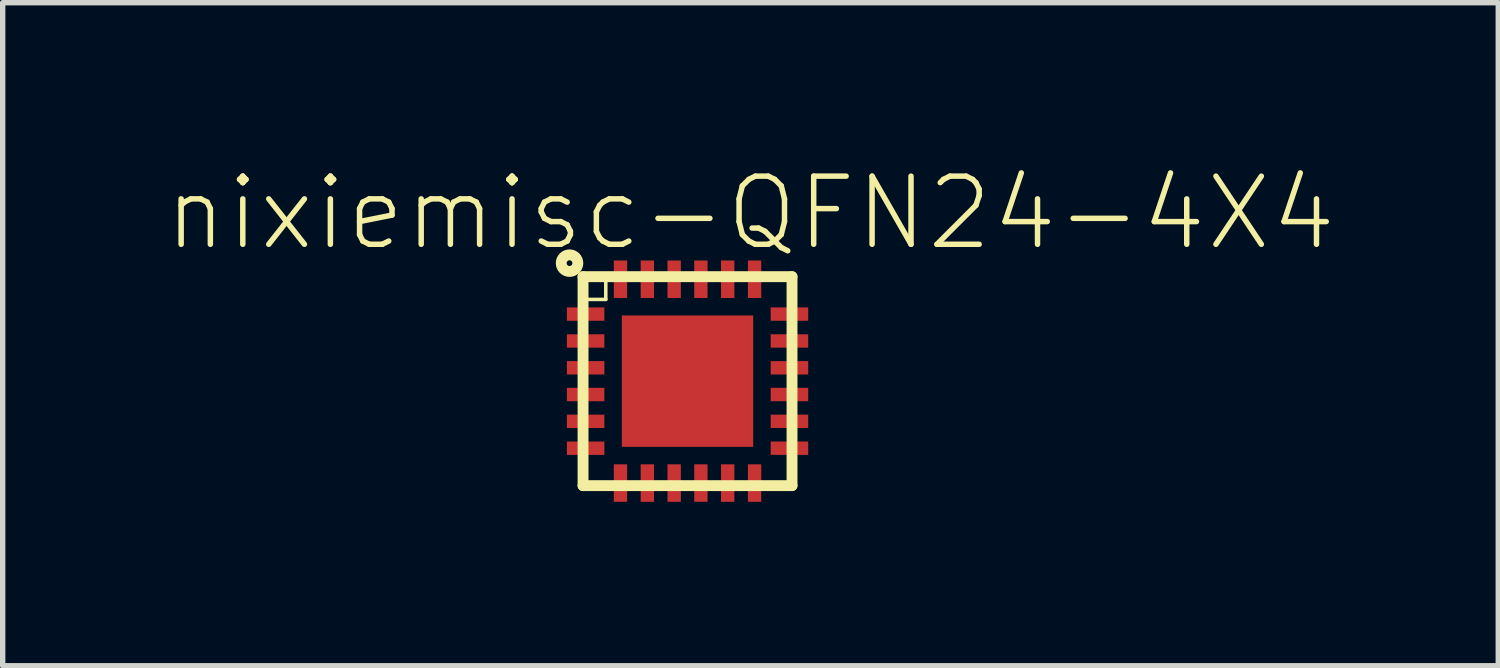
<source format=kicad_pcb>
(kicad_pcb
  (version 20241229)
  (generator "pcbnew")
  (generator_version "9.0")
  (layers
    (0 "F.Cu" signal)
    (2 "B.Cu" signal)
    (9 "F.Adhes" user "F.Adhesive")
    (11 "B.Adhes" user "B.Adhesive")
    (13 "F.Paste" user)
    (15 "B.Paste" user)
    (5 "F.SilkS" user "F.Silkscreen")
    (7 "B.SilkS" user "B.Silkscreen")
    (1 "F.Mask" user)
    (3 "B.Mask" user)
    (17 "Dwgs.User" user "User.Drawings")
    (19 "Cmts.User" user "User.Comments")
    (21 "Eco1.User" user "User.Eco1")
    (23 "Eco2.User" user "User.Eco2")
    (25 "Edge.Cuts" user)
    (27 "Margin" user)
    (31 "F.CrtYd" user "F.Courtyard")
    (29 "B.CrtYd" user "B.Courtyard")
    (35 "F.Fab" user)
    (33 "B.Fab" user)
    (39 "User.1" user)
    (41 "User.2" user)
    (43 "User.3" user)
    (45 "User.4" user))
  (footprint "nixiemisc-QFN24-4X4"
    (layer "F.Cu")
    (at 9.768 4.056)
    (property "Reference" "nixiemisc-QFN24-4X4" (at 1.173 -3.134 0) (unlocked yes) (layer "F.SilkS") (effects (font (size 1.27 1.27) (thickness 0.102))))
    (attr smd)
    (fp_line (start -2.273 -1.4) (end -1.524 -1.4) (stroke (width 0.066) (type solid)) (layer "F.Mask"))
    (fp_line (start -2.273 -1.1) (end -2.273 -1.4) (stroke (width 0.066) (type solid)) (layer "F.Mask"))
    (fp_line (start -2.273 -1.1) (end -1.524 -1.1) (stroke (width 0.066) (type solid)) (layer "F.Mask"))
    (fp_line (start -2.273 -0.899) (end -1.524 -0.899) (stroke (width 0.066) (type solid)) (layer "F.Mask"))
    (fp_line (start -2.273 -0.599) (end -2.273 -0.899) (stroke (width 0.066) (type solid)) (layer "F.Mask"))
    (fp_line (start -2.273 -0.599) (end -1.524 -0.599) (stroke (width 0.066) (type solid)) (layer "F.Mask"))
    (fp_line (start -2.273 -0.399) (end -1.524 -0.399) (stroke (width 0.066) (type solid)) (layer "F.Mask"))
    (fp_line (start -2.273 -0.099) (end -2.273 -0.399) (stroke (width 0.066) (type solid)) (layer "F.Mask"))
    (fp_line (start -2.273 -0.099) (end -1.524 -0.099) (stroke (width 0.066) (type solid)) (layer "F.Mask"))
    (fp_line (start -2.273 0.099) (end -1.524 0.099) (stroke (width 0.066) (type solid)) (layer "F.Mask"))
    (fp_line (start -2.273 0.399) (end -2.273 0.099) (stroke (width 0.066) (type solid)) (layer "F.Mask"))
    (fp_line (start -2.273 0.399) (end -1.524 0.399) (stroke (width 0.066) (type solid)) (layer "F.Mask"))
    (fp_line (start -2.273 0.599) (end -1.524 0.599) (stroke (width 0.066) (type solid)) (layer "F.Mask"))
    (fp_line (start -2.273 0.899) (end -2.273 0.599) (stroke (width 0.066) (type solid)) (layer "F.Mask"))
    (fp_line (start -2.273 0.899) (end -1.524 0.899) (stroke (width 0.066) (type solid)) (layer "F.Mask"))
    (fp_line (start -2.273 1.1) (end -1.524 1.1) (stroke (width 0.066) (type solid)) (layer "F.Mask"))
    (fp_line (start -2.273 1.4) (end -2.273 1.1) (stroke (width 0.066) (type solid)) (layer "F.Mask"))
    (fp_line (start -2.273 1.4) (end -1.524 1.4) (stroke (width 0.066) (type solid)) (layer "F.Mask"))
    (fp_line (start -1.524 -1.1) (end -1.524 -1.4) (stroke (width 0.066) (type solid)) (layer "F.Mask"))
    (fp_line (start -1.524 -0.599) (end -1.524 -0.899) (stroke (width 0.066) (type solid)) (layer "F.Mask"))
    (fp_line (start -1.524 -0.099) (end -1.524 -0.399) (stroke (width 0.066) (type solid)) (layer "F.Mask"))
    (fp_line (start -1.524 0.399) (end -1.524 0.099) (stroke (width 0.066) (type solid)) (layer "F.Mask"))
    (fp_line (start -1.524 0.899) (end -1.524 0.599) (stroke (width 0.066) (type solid)) (layer "F.Mask"))
    (fp_line (start -1.524 1.4) (end -1.524 1.1) (stroke (width 0.066) (type solid)) (layer "F.Mask"))
    (fp_line (start -1.4 -2.273) (end -1.4 -1.524) (stroke (width 0.066) (type solid)) (layer "F.Mask"))
    (fp_line (start -1.4 -2.273) (end -1.1 -2.273) (stroke (width 0.066) (type solid)) (layer "F.Mask"))
    (fp_line (start -1.4 -1.524) (end -1.1 -1.524) (stroke (width 0.066) (type solid)) (layer "F.Mask"))
    (fp_line (start -1.4 2.273) (end -1.4 1.524) (stroke (width 0.066) (type solid)) (layer "F.Mask"))
    (fp_line (start -1.1 -2.273) (end -1.1 -1.524) (stroke (width 0.066) (type solid)) (layer "F.Mask"))
    (fp_line (start -1.1 1.524) (end -1.4 1.524) (stroke (width 0.066) (type solid)) (layer "F.Mask"))
    (fp_line (start -1.1 2.273) (end -1.4 2.273) (stroke (width 0.066) (type solid)) (layer "F.Mask"))
    (fp_line (start -1.1 2.273) (end -1.1 1.524) (stroke (width 0.066) (type solid)) (layer "F.Mask"))
    (fp_line (start -0.899 -2.273) (end -0.899 -1.524) (stroke (width 0.066) (type solid)) (layer "F.Mask"))
    (fp_line (start -0.899 -2.273) (end -0.599 -2.273) (stroke (width 0.066) (type solid)) (layer "F.Mask"))
    (fp_line (start -0.899 -1.524) (end -0.599 -1.524) (stroke (width 0.066) (type solid)) (layer "F.Mask"))
    (fp_line (start -0.899 2.273) (end -0.899 1.524) (stroke (width 0.066) (type solid)) (layer "F.Mask"))
    (fp_line (start -0.599 -2.273) (end -0.599 -1.524) (stroke (width 0.066) (type solid)) (layer "F.Mask"))
    (fp_line (start -0.599 1.524) (end -0.899 1.524) (stroke (width 0.066) (type solid)) (layer "F.Mask"))
    (fp_line (start -0.599 2.273) (end -0.899 2.273) (stroke (width 0.066) (type solid)) (layer "F.Mask"))
    (fp_line (start -0.599 2.273) (end -0.599 1.524) (stroke (width 0.066) (type solid)) (layer "F.Mask"))
    (fp_line (start -0.399 -2.273) (end -0.399 -1.524) (stroke (width 0.066) (type solid)) (layer "F.Mask"))
    (fp_line (start -0.399 -2.273) (end -0.099 -2.273) (stroke (width 0.066) (type solid)) (layer "F.Mask"))
    (fp_line (start -0.399 -1.524) (end -0.099 -1.524) (stroke (width 0.066) (type solid)) (layer "F.Mask"))
    (fp_line (start -0.399 2.273) (end -0.399 1.524) (stroke (width 0.066) (type solid)) (layer "F.Mask"))
    (fp_line (start -0.099 -2.273) (end -0.099 -1.524) (stroke (width 0.066) (type solid)) (layer "F.Mask"))
    (fp_line (start -0.099 1.524) (end -0.399 1.524) (stroke (width 0.066) (type solid)) (layer "F.Mask"))
    (fp_line (start -0.099 2.273) (end -0.399 2.273) (stroke (width 0.066) (type solid)) (layer "F.Mask"))
    (fp_line (start -0.099 2.273) (end -0.099 1.524) (stroke (width 0.066) (type solid)) (layer "F.Mask"))
    (fp_line (start 0.099 -2.273) (end 0.099 -1.524) (stroke (width 0.066) (type solid)) (layer "F.Mask"))
    (fp_line (start 0.099 -2.273) (end 0.399 -2.273) (stroke (width 0.066) (type solid)) (layer "F.Mask"))
    (fp_line (start 0.099 -1.524) (end 0.399 -1.524) (stroke (width 0.066) (type solid)) (layer "F.Mask"))
    (fp_line (start 0.099 2.273) (end 0.099 1.524) (stroke (width 0.066) (type solid)) (layer "F.Mask"))
    (fp_line (start 0.399 -2.273) (end 0.399 -1.524) (stroke (width 0.066) (type solid)) (layer "F.Mask"))
    (fp_line (start 0.399 1.524) (end 0.099 1.524) (stroke (width 0.066) (type solid)) (layer "F.Mask"))
    (fp_line (start 0.399 2.273) (end 0.099 2.273) (stroke (width 0.066) (type solid)) (layer "F.Mask"))
    (fp_line (start 0.399 2.273) (end 0.399 1.524) (stroke (width 0.066) (type solid)) (layer "F.Mask"))
    (fp_line (start 0.599 -2.273) (end 0.599 -1.524) (stroke (width 0.066) (type solid)) (layer "F.Mask"))
    (fp_line (start 0.599 -2.273) (end 0.899 -2.273) (stroke (width 0.066) (type solid)) (layer "F.Mask"))
    (fp_line (start 0.599 -1.524) (end 0.899 -1.524) (stroke (width 0.066) (type solid)) (layer "F.Mask"))
    (fp_line (start 0.599 2.273) (end 0.599 1.524) (stroke (width 0.066) (type solid)) (layer "F.Mask"))
    (fp_line (start 0.899 -2.273) (end 0.899 -1.524) (stroke (width 0.066) (type solid)) (layer "F.Mask"))
    (fp_line (start 0.899 1.524) (end 0.599 1.524) (stroke (width 0.066) (type solid)) (layer "F.Mask"))
    (fp_line (start 0.899 2.273) (end 0.599 2.273) (stroke (width 0.066) (type solid)) (layer "F.Mask"))
    (fp_line (start 0.899 2.273) (end 0.899 1.524) (stroke (width 0.066) (type solid)) (layer "F.Mask"))
    (fp_line (start 1.1 -2.273) (end 1.1 -1.524) (stroke (width 0.066) (type solid)) (layer "F.Mask"))
    (fp_line (start 1.1 -2.273) (end 1.4 -2.273) (stroke (width 0.066) (type solid)) (layer "F.Mask"))
    (fp_line (start 1.1 -1.524) (end 1.4 -1.524) (stroke (width 0.066) (type solid)) (layer "F.Mask"))
    (fp_line (start 1.1 2.273) (end 1.1 1.524) (stroke (width 0.066) (type solid)) (layer "F.Mask"))
    (fp_line (start 1.4 -2.273) (end 1.4 -1.524) (stroke (width 0.066) (type solid)) (layer "F.Mask"))
    (fp_line (start 1.4 1.524) (end 1.1 1.524) (stroke (width 0.066) (type solid)) (layer "F.Mask"))
    (fp_line (start 1.4 2.273) (end 1.1 2.273) (stroke (width 0.066) (type solid)) (layer "F.Mask"))
    (fp_line (start 1.4 2.273) (end 1.4 1.524) (stroke (width 0.066) (type solid)) (layer "F.Mask"))
    (fp_line (start 1.524 -1.4) (end 1.524 -1.1) (stroke (width 0.066) (type solid)) (layer "F.Mask"))
    (fp_line (start 1.524 -0.899) (end 1.524 -0.599) (stroke (width 0.066) (type solid)) (layer "F.Mask"))
    (fp_line (start 1.524 -0.399) (end 1.524 -0.099) (stroke (width 0.066) (type solid)) (layer "F.Mask"))
    (fp_line (start 1.524 0.099) (end 1.524 0.399) (stroke (width 0.066) (type solid)) (layer "F.Mask"))
    (fp_line (start 1.524 0.599) (end 1.524 0.899) (stroke (width 0.066) (type solid)) (layer "F.Mask"))
    (fp_line (start 1.524 1.1) (end 1.524 1.4) (stroke (width 0.066) (type solid)) (layer "F.Mask"))
    (fp_line (start 2.273 -1.4) (end 1.524 -1.4) (stroke (width 0.066) (type solid)) (layer "F.Mask"))
    (fp_line (start 2.273 -1.4) (end 2.273 -1.1) (stroke (width 0.066) (type solid)) (layer "F.Mask"))
    (fp_line (start 2.273 -1.1) (end 1.524 -1.1) (stroke (width 0.066) (type solid)) (layer "F.Mask"))
    (fp_line (start 2.273 -0.899) (end 1.524 -0.899) (stroke (width 0.066) (type solid)) (layer "F.Mask"))
    (fp_line (start 2.273 -0.899) (end 2.273 -0.599) (stroke (width 0.066) (type solid)) (layer "F.Mask"))
    (fp_line (start 2.273 -0.599) (end 1.524 -0.599) (stroke (width 0.066) (type solid)) (layer "F.Mask"))
    (fp_line (start 2.273 -0.399) (end 1.524 -0.399) (stroke (width 0.066) (type solid)) (layer "F.Mask"))
    (fp_line (start 2.273 -0.399) (end 2.273 -0.099) (stroke (width 0.066) (type solid)) (layer "F.Mask"))
    (fp_line (start 2.273 -0.099) (end 1.524 -0.099) (stroke (width 0.066) (type solid)) (layer "F.Mask"))
    (fp_line (start 2.273 0.099) (end 1.524 0.099) (stroke (width 0.066) (type solid)) (layer "F.Mask"))
    (fp_line (start 2.273 0.099) (end 2.273 0.399) (stroke (width 0.066) (type solid)) (layer "F.Mask"))
    (fp_line (start 2.273 0.399) (end 1.524 0.399) (stroke (width 0.066) (type solid)) (layer "F.Mask"))
    (fp_line (start 2.273 0.599) (end 1.524 0.599) (stroke (width 0.066) (type solid)) (layer "F.Mask"))
    (fp_line (start 2.273 0.599) (end 2.273 0.899) (stroke (width 0.066) (type solid)) (layer "F.Mask"))
    (fp_line (start 2.273 0.899) (end 1.524 0.899) (stroke (width 0.066) (type solid)) (layer "F.Mask"))
    (fp_line (start 2.273 1.1) (end 1.524 1.1) (stroke (width 0.066) (type solid)) (layer "F.Mask"))
    (fp_line (start 2.273 1.1) (end 2.273 1.4) (stroke (width 0.066) (type solid)) (layer "F.Mask"))
    (fp_line (start 2.273 1.4) (end 1.524 1.4) (stroke (width 0.066) (type solid)) (layer "F.Mask"))
    (fp_poly (pts (xy -1.173 -1.173) (xy 0.973 -1.173) (xy 0.978 -1.118) (xy 0.996 -1.067) (xy 1.026 -1.019) (xy 1.069 -0.983) (xy 1.12 -0.96) (xy 1.173 -0.95) (xy 1.173 1.173) (xy -1.173 1.173) (xy -1.173 -1.173)) (stroke (width 0.203) (type solid)) (fill no) (layer "F.Mask"))
    (fp_line (start -1.948 -1.974) (end -1.524 -1.974) (stroke (width 0.066) (type solid)) (layer "F.SilkS"))
    (fp_line (start -1.948 -1.948) (end -1.948 1.948) (stroke (width 0.203) (type solid)) (layer "F.SilkS"))
    (fp_line (start -1.948 -1.524) (end -1.948 -1.974) (stroke (width 0.066) (type solid)) (layer "F.SilkS"))
    (fp_line (start -1.948 -1.524) (end -1.524 -1.524) (stroke (width 0.066) (type solid)) (layer "F.SilkS"))
    (fp_line (start -1.948 1.948) (end 1.948 1.948) (stroke (width 0.203) (type solid)) (layer "F.SilkS"))
    (fp_line (start -1.524 -1.524) (end -1.524 -1.974) (stroke (width 0.066) (type solid)) (layer "F.SilkS"))
    (fp_line (start 1.948 -1.948) (end -1.948 -1.948) (stroke (width 0.203) (type solid)) (layer "F.SilkS"))
    (fp_line (start 1.948 1.948) (end 1.948 -1.948) (stroke (width 0.203) (type solid)) (layer "F.SilkS"))
    (fp_circle (center -2.2 -2.2) (end -2.2 -2.355) (stroke (width 0.203) (type solid)) (fill no) (layer "F.SilkS"))
    (fp_line (start -2.2 -1.349) (end -1.575 -1.349) (stroke (width 0.066) (type solid)) (layer "F.Paste"))
    (fp_line (start -2.2 -1.148) (end -2.2 -1.349) (stroke (width 0.066) (type solid)) (layer "F.Paste"))
    (fp_line (start -2.2 -1.148) (end -1.575 -1.148) (stroke (width 0.066) (type solid)) (layer "F.Paste"))
    (fp_line (start -2.2 -0.848) (end -1.575 -0.848) (stroke (width 0.066) (type solid)) (layer "F.Paste"))
    (fp_line (start -2.2 -0.648) (end -2.2 -0.848) (stroke (width 0.066) (type solid)) (layer "F.Paste"))
    (fp_line (start -2.2 -0.648) (end -1.575 -0.648) (stroke (width 0.066) (type solid)) (layer "F.Paste"))
    (fp_line (start -2.2 -0.348) (end -1.575 -0.348) (stroke (width 0.066) (type solid)) (layer "F.Paste"))
    (fp_line (start -2.2 -0.15) (end -2.2 -0.348) (stroke (width 0.066) (type solid)) (layer "F.Paste"))
    (fp_line (start -2.2 -0.15) (end -1.575 -0.15) (stroke (width 0.066) (type solid)) (layer "F.Paste"))
    (fp_line (start -2.2 0.15) (end -1.575 0.15) (stroke (width 0.066) (type solid)) (layer "F.Paste"))
    (fp_line (start -2.2 0.348) (end -2.2 0.15) (stroke (width 0.066) (type solid)) (layer "F.Paste"))
    (fp_line (start -2.2 0.348) (end -1.575 0.348) (stroke (width 0.066) (type solid)) (layer "F.Paste"))
    (fp_line (start -2.2 0.648) (end -1.575 0.648) (stroke (width 0.066) (type solid)) (layer "F.Paste"))
    (fp_line (start -2.2 0.848) (end -2.2 0.648) (stroke (width 0.066) (type solid)) (layer "F.Paste"))
    (fp_line (start -2.2 0.848) (end -1.575 0.848) (stroke (width 0.066) (type solid)) (layer "F.Paste"))
    (fp_line (start -2.2 1.148) (end -1.575 1.148) (stroke (width 0.066) (type solid)) (layer "F.Paste"))
    (fp_line (start -2.2 1.349) (end -2.2 1.148) (stroke (width 0.066) (type solid)) (layer "F.Paste"))
    (fp_line (start -2.2 1.349) (end -1.575 1.349) (stroke (width 0.066) (type solid)) (layer "F.Paste"))
    (fp_line (start -1.575 -1.148) (end -1.575 -1.349) (stroke (width 0.066) (type solid)) (layer "F.Paste"))
    (fp_line (start -1.575 -0.648) (end -1.575 -0.848) (stroke (width 0.066) (type solid)) (layer "F.Paste"))
    (fp_line (start -1.575 -0.15) (end -1.575 -0.348) (stroke (width 0.066) (type solid)) (layer "F.Paste"))
    (fp_line (start -1.575 0.348) (end -1.575 0.15) (stroke (width 0.066) (type solid)) (layer "F.Paste"))
    (fp_line (start -1.575 0.848) (end -1.575 0.648) (stroke (width 0.066) (type solid)) (layer "F.Paste"))
    (fp_line (start -1.575 1.349) (end -1.575 1.148) (stroke (width 0.066) (type solid)) (layer "F.Paste"))
    (fp_line (start -1.349 -2.2) (end -1.349 -1.575) (stroke (width 0.066) (type solid)) (layer "F.Paste"))
    (fp_line (start -1.349 -2.2) (end -1.148 -2.2) (stroke (width 0.066) (type solid)) (layer "F.Paste"))
    (fp_line (start -1.349 -1.575) (end -1.148 -1.575) (stroke (width 0.066) (type solid)) (layer "F.Paste"))
    (fp_line (start -1.349 2.2) (end -1.349 1.575) (stroke (width 0.066) (type solid)) (layer "F.Paste"))
    (fp_line (start -1.148 -2.2) (end -1.148 -1.575) (stroke (width 0.066) (type solid)) (layer "F.Paste"))
    (fp_line (start -1.148 1.575) (end -1.349 1.575) (stroke (width 0.066) (type solid)) (layer "F.Paste"))
    (fp_line (start -1.148 2.2) (end -1.349 2.2) (stroke (width 0.066) (type solid)) (layer "F.Paste"))
    (fp_line (start -1.148 2.2) (end -1.148 1.575) (stroke (width 0.066) (type solid)) (layer "F.Paste"))
    (fp_line (start -0.848 -2.2) (end -0.848 -1.575) (stroke (width 0.066) (type solid)) (layer "F.Paste"))
    (fp_line (start -0.848 -2.2) (end -0.648 -2.2) (stroke (width 0.066) (type solid)) (layer "F.Paste"))
    (fp_line (start -0.848 -1.575) (end -0.648 -1.575) (stroke (width 0.066) (type solid)) (layer "F.Paste"))
    (fp_line (start -0.848 2.2) (end -0.848 1.575) (stroke (width 0.066) (type solid)) (layer "F.Paste"))
    (fp_line (start -0.648 -2.2) (end -0.648 -1.575) (stroke (width 0.066) (type solid)) (layer "F.Paste"))
    (fp_line (start -0.648 1.575) (end -0.848 1.575) (stroke (width 0.066) (type solid)) (layer "F.Paste"))
    (fp_line (start -0.648 2.2) (end -0.848 2.2) (stroke (width 0.066) (type solid)) (layer "F.Paste"))
    (fp_line (start -0.648 2.2) (end -0.648 1.575) (stroke (width 0.066) (type solid)) (layer "F.Paste"))
    (fp_line (start -0.348 -2.2) (end -0.348 -1.575) (stroke (width 0.066) (type solid)) (layer "F.Paste"))
    (fp_line (start -0.348 -2.2) (end -0.15 -2.2) (stroke (width 0.066) (type solid)) (layer "F.Paste"))
    (fp_line (start -0.348 -1.575) (end -0.15 -1.575) (stroke (width 0.066) (type solid)) (layer "F.Paste"))
    (fp_line (start -0.348 2.2) (end -0.348 1.575) (stroke (width 0.066) (type solid)) (layer "F.Paste"))
    (fp_line (start -0.15 -2.2) (end -0.15 -1.575) (stroke (width 0.066) (type solid)) (layer "F.Paste"))
    (fp_line (start -0.15 1.575) (end -0.348 1.575) (stroke (width 0.066) (type solid)) (layer "F.Paste"))
    (fp_line (start -0.15 2.2) (end -0.348 2.2) (stroke (width 0.066) (type solid)) (layer "F.Paste"))
    (fp_line (start -0.15 2.2) (end -0.15 1.575) (stroke (width 0.066) (type solid)) (layer "F.Paste"))
    (fp_line (start 0.15 -2.2) (end 0.15 -1.575) (stroke (width 0.066) (type solid)) (layer "F.Paste"))
    (fp_line (start 0.15 -2.2) (end 0.348 -2.2) (stroke (width 0.066) (type solid)) (layer "F.Paste"))
    (fp_line (start 0.15 -1.575) (end 0.348 -1.575) (stroke (width 0.066) (type solid)) (layer "F.Paste"))
    (fp_line (start 0.15 2.2) (end 0.15 1.575) (stroke (width 0.066) (type solid)) (layer "F.Paste"))
    (fp_line (start 0.348 -2.2) (end 0.348 -1.575) (stroke (width 0.066) (type solid)) (layer "F.Paste"))
    (fp_line (start 0.348 1.575) (end 0.15 1.575) (stroke (width 0.066) (type solid)) (layer "F.Paste"))
    (fp_line (start 0.348 2.2) (end 0.15 2.2) (stroke (width 0.066) (type solid)) (layer "F.Paste"))
    (fp_line (start 0.348 2.2) (end 0.348 1.575) (stroke (width 0.066) (type solid)) (layer "F.Paste"))
    (fp_line (start 0.648 -2.2) (end 0.648 -1.575) (stroke (width 0.066) (type solid)) (layer "F.Paste"))
    (fp_line (start 0.648 -2.2) (end 0.848 -2.2) (stroke (width 0.066) (type solid)) (layer "F.Paste"))
    (fp_line (start 0.648 -1.575) (end 0.848 -1.575) (stroke (width 0.066) (type solid)) (layer "F.Paste"))
    (fp_line (start 0.648 2.2) (end 0.648 1.575) (stroke (width 0.066) (type solid)) (layer "F.Paste"))
    (fp_line (start 0.848 -2.2) (end 0.848 -1.575) (stroke (width 0.066) (type solid)) (layer "F.Paste"))
    (fp_line (start 0.848 1.575) (end 0.648 1.575) (stroke (width 0.066) (type solid)) (layer "F.Paste"))
    (fp_line (start 0.848 2.2) (end 0.648 2.2) (stroke (width 0.066) (type solid)) (layer "F.Paste"))
    (fp_line (start 0.848 2.2) (end 0.848 1.575) (stroke (width 0.066) (type solid)) (layer "F.Paste"))
    (fp_line (start 1.148 -2.2) (end 1.148 -1.575) (stroke (width 0.066) (type solid)) (layer "F.Paste"))
    (fp_line (start 1.148 -2.2) (end 1.349 -2.2) (stroke (width 0.066) (type solid)) (layer "F.Paste"))
    (fp_line (start 1.148 -1.575) (end 1.349 -1.575) (stroke (width 0.066) (type solid)) (layer "F.Paste"))
    (fp_line (start 1.148 2.2) (end 1.148 1.575) (stroke (width 0.066) (type solid)) (layer "F.Paste"))
    (fp_line (start 1.349 -2.2) (end 1.349 -1.575) (stroke (width 0.066) (type solid)) (layer "F.Paste"))
    (fp_line (start 1.349 1.575) (end 1.148 1.575) (stroke (width 0.066) (type solid)) (layer "F.Paste"))
    (fp_line (start 1.349 2.2) (end 1.148 2.2) (stroke (width 0.066) (type solid)) (layer "F.Paste"))
    (fp_line (start 1.349 2.2) (end 1.349 1.575) (stroke (width 0.066) (type solid)) (layer "F.Paste"))
    (fp_line (start 1.575 -1.349) (end 1.575 -1.148) (stroke (width 0.066) (type solid)) (layer "F.Paste"))
    (fp_line (start 1.575 -0.848) (end 1.575 -0.648) (stroke (width 0.066) (type solid)) (layer "F.Paste"))
    (fp_line (start 1.575 -0.348) (end 1.575 -0.15) (stroke (width 0.066) (type solid)) (layer "F.Paste"))
    (fp_line (start 1.575 0.15) (end 1.575 0.348) (stroke (width 0.066) (type solid)) (layer "F.Paste"))
    (fp_line (start 1.575 0.648) (end 1.575 0.848) (stroke (width 0.066) (type solid)) (layer "F.Paste"))
    (fp_line (start 1.575 1.148) (end 1.575 1.349) (stroke (width 0.066) (type solid)) (layer "F.Paste"))
    (fp_line (start 2.2 -1.349) (end 1.575 -1.349) (stroke (width 0.066) (type solid)) (layer "F.Paste"))
    (fp_line (start 2.2 -1.349) (end 2.2 -1.148) (stroke (width 0.066) (type solid)) (layer "F.Paste"))
    (fp_line (start 2.2 -1.148) (end 1.575 -1.148) (stroke (width 0.066) (type solid)) (layer "F.Paste"))
    (fp_line (start 2.2 -0.848) (end 1.575 -0.848) (stroke (width 0.066) (type solid)) (layer "F.Paste"))
    (fp_line (start 2.2 -0.848) (end 2.2 -0.648) (stroke (width 0.066) (type solid)) (layer "F.Paste"))
    (fp_line (start 2.2 -0.648) (end 1.575 -0.648) (stroke (width 0.066) (type solid)) (layer "F.Paste"))
    (fp_line (start 2.2 -0.348) (end 1.575 -0.348) (stroke (width 0.066) (type solid)) (layer "F.Paste"))
    (fp_line (start 2.2 -0.348) (end 2.2 -0.15) (stroke (width 0.066) (type solid)) (layer "F.Paste"))
    (fp_line (start 2.2 -0.15) (end 1.575 -0.15) (stroke (width 0.066) (type solid)) (layer "F.Paste"))
    (fp_line (start 2.2 0.15) (end 1.575 0.15) (stroke (width 0.066) (type solid)) (layer "F.Paste"))
    (fp_line (start 2.2 0.15) (end 2.2 0.348) (stroke (width 0.066) (type solid)) (layer "F.Paste"))
    (fp_line (start 2.2 0.348) (end 1.575 0.348) (stroke (width 0.066) (type solid)) (layer "F.Paste"))
    (fp_line (start 2.2 0.648) (end 1.575 0.648) (stroke (width 0.066) (type solid)) (layer "F.Paste"))
    (fp_line (start 2.2 0.648) (end 2.2 0.848) (stroke (width 0.066) (type solid)) (layer "F.Paste"))
    (fp_line (start 2.2 0.848) (end 1.575 0.848) (stroke (width 0.066) (type solid)) (layer "F.Paste"))
    (fp_line (start 2.2 1.148) (end 1.575 1.148) (stroke (width 0.066) (type solid)) (layer "F.Paste"))
    (fp_line (start 2.2 1.148) (end 2.2 1.349) (stroke (width 0.066) (type solid)) (layer "F.Paste"))
    (fp_line (start 2.2 1.349) (end 1.575 1.349) (stroke (width 0.066) (type solid)) (layer "F.Paste"))
    (fp_poly (pts (xy -0.998 -0.998) (xy 0.998 -0.998) (xy 0.998 0.998) (xy -0.998 0.998) (xy -0.998 -0.998)) (stroke (width 0.203) (type solid)) (fill no) (layer "F.Paste"))
    (pad "1" smd rect (at -1.9 -1.25) (size 0.699 0.249) (layers "F.Cu" "F.Mask" "F.Paste"))
    (pad "2" smd rect (at -1.9 -0.749) (size 0.699 0.249) (layers "F.Cu" "F.Mask" "F.Paste"))
    (pad "3" smd rect (at -1.9 -0.249) (size 0.699 0.249) (layers "F.Cu" "F.Mask" "F.Paste"))
    (pad "4" smd rect (at -1.9 0.249) (size 0.699 0.249) (layers "F.Cu" "F.Mask" "F.Paste"))
    (pad "5" smd rect (at -1.9 0.749) (size 0.699 0.249) (layers "F.Cu" "F.Mask" "F.Paste"))
    (pad "6" smd rect (at -1.9 1.25) (size 0.699 0.249) (layers "F.Cu" "F.Mask" "F.Paste"))
    (pad "7" smd rect (at -1.25 1.9 90) (size 0.699 0.249) (layers "F.Cu" "F.Mask" "F.Paste"))
    (pad "8" smd rect (at -0.749 1.9 90) (size 0.699 0.249) (layers "F.Cu" "F.Mask" "F.Paste"))
    (pad "9" smd rect (at -0.249 1.9 90) (size 0.699 0.249) (layers "F.Cu" "F.Mask" "F.Paste"))
    (pad "10" smd rect (at 0.249 1.9 90) (size 0.699 0.249) (layers "F.Cu" "F.Mask" "F.Paste"))
    (pad "11" smd rect (at 0.749 1.9 90) (size 0.699 0.249) (layers "F.Cu" "F.Mask" "F.Paste"))
    (pad "12" smd rect (at 1.25 1.9 90) (size 0.699 0.249) (layers "F.Cu" "F.Mask" "F.Paste"))
    (pad "13" smd rect (at 1.9 1.25 180) (size 0.699 0.249) (layers "F.Cu" "F.Mask" "F.Paste"))
    (pad "14" smd rect (at 1.9 0.749 180) (size 0.699 0.249) (layers "F.Cu" "F.Mask" "F.Paste"))
    (pad "15" smd rect (at 1.9 0.249 180) (size 0.699 0.249) (layers "F.Cu" "F.Mask" "F.Paste"))
    (pad "16" smd rect (at 1.9 -0.249 180) (size 0.699 0.249) (layers "F.Cu" "F.Mask" "F.Paste"))
    (pad "17" smd rect (at 1.9 -0.749 180) (size 0.699 0.249) (layers "F.Cu" "F.Mask" "F.Paste"))
    (pad "18" smd rect (at 1.9 -1.25 180) (size 0.699 0.249) (layers "F.Cu" "F.Mask" "F.Paste"))
    (pad "19" smd rect (at 1.25 -1.9 270) (size 0.699 0.249) (layers "F.Cu" "F.Mask" "F.Paste"))
    (pad "20" smd rect (at 0.749 -1.9 270) (size 0.699 0.249) (layers "F.Cu" "F.Mask" "F.Paste"))
    (pad "21" smd rect (at 0.249 -1.9 270) (size 0.699 0.249) (layers "F.Cu" "F.Mask" "F.Paste"))
    (pad "22" smd rect (at -0.249 -1.9 270) (size 0.699 0.249) (layers "F.Cu" "F.Mask" "F.Paste"))
    (pad "23" smd rect (at -0.749 -1.9 270) (size 0.699 0.249) (layers "F.Cu" "F.Mask" "F.Paste"))
    (pad "24" smd rect (at -1.25 -1.9 270) (size 0.699 0.249) (layers "F.Cu" "F.Mask" "F.Paste"))
    (pad "EXP" smd rect (at 0 0) (size 2.449 2.449) (layers "F.Cu" "F.Mask" "F.Paste")))
  (gr_rect
    (start -3 -3)
    (end 24.883 9.362)
    (stroke (width 0.1) (type default))
    (fill no)
    (layer "Edge.Cuts")))
</source>
